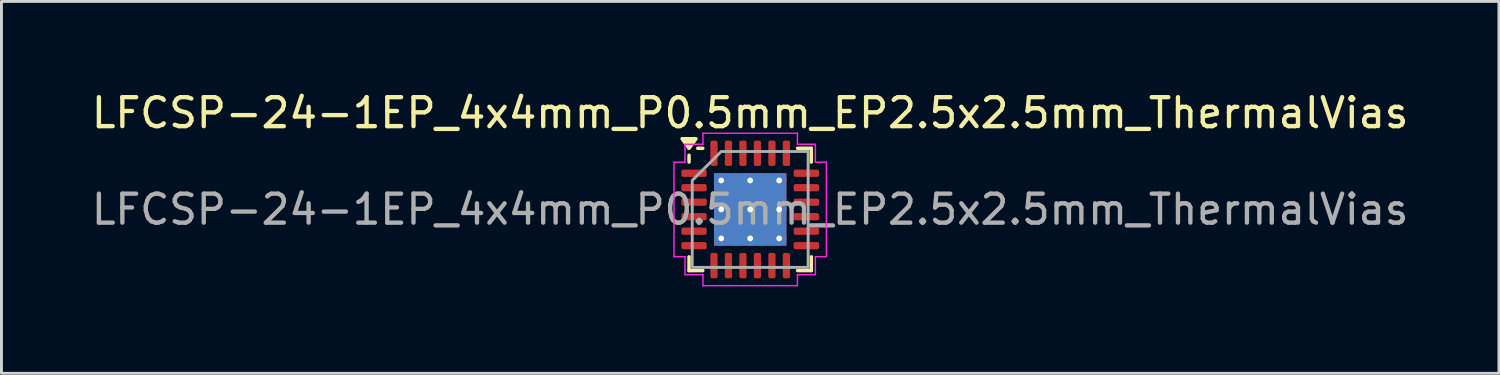
<source format=kicad_pcb>
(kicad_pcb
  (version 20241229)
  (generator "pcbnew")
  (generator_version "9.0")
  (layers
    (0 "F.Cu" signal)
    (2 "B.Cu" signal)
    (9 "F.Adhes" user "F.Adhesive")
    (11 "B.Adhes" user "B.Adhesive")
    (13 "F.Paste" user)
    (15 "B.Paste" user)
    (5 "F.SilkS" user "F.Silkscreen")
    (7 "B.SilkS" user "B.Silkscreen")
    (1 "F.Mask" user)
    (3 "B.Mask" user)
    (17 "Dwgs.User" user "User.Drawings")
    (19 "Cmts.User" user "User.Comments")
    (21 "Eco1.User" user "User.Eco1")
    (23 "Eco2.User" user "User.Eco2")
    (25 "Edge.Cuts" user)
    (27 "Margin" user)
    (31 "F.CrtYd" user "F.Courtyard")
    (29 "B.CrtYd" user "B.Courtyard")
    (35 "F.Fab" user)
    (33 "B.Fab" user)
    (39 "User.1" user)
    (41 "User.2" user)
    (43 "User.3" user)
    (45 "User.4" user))
  (footprint "LFCSP-24-1EP_4x4mm_P0.5mm_EP2.5x2.5mm_ThermalVias"
    (layer "F.Cu")
    (at 22.839 4.178)
    (property "Reference" "LFCSP-24-1EP_4x4mm_P0.5mm_EP2.5x2.5mm_ThermalVias" (at 0 -3.33 0) (layer "F.SilkS") (effects (font (size 1 1) (thickness 0.15))))
    (attr smd)
    (fp_line (start -2.11 -1.635) (end -2.11 -1.87) (stroke (width 0.12) (type solid)) (layer "F.SilkS"))
    (fp_line (start -2.11 2.11) (end -2.11 1.635) (stroke (width 0.12) (type solid)) (layer "F.SilkS"))
    (fp_line (start -1.635 -2.11) (end -1.81 -2.11) (stroke (width 0.12) (type solid)) (layer "F.SilkS"))
    (fp_line (start -1.635 2.11) (end -2.11 2.11) (stroke (width 0.12) (type solid)) (layer "F.SilkS"))
    (fp_line (start 1.635 -2.11) (end 2.11 -2.11) (stroke (width 0.12) (type solid)) (layer "F.SilkS"))
    (fp_line (start 1.635 2.11) (end 2.11 2.11) (stroke (width 0.12) (type solid)) (layer "F.SilkS"))
    (fp_line (start 2.11 -2.11) (end 2.11 -1.635) (stroke (width 0.12) (type solid)) (layer "F.SilkS"))
    (fp_line (start 2.11 2.11) (end 2.11 1.635) (stroke (width 0.12) (type solid)) (layer "F.SilkS"))
    (fp_poly (pts (xy -2.11 -2.11) (xy -2.35 -2.44) (xy -1.87 -2.44)) (stroke (width 0.12) (type solid)) (fill yes) (layer "F.SilkS"))
    (fp_line (start -2.63 -1.63) (end -2.25 -1.63) (stroke (width 0.05) (type solid)) (layer "F.CrtYd"))
    (fp_line (start -2.63 1.63) (end -2.63 -1.63) (stroke (width 0.05) (type solid)) (layer "F.CrtYd"))
    (fp_line (start -2.25 -2.25) (end -1.63 -2.25) (stroke (width 0.05) (type solid)) (layer "F.CrtYd"))
    (fp_line (start -2.25 -1.63) (end -2.25 -2.25) (stroke (width 0.05) (type solid)) (layer "F.CrtYd"))
    (fp_line (start -2.25 1.63) (end -2.63 1.63) (stroke (width 0.05) (type solid)) (layer "F.CrtYd"))
    (fp_line (start -2.25 2.25) (end -2.25 1.63) (stroke (width 0.05) (type solid)) (layer "F.CrtYd"))
    (fp_line (start -1.63 -2.63) (end 1.63 -2.63) (stroke (width 0.05) (type solid)) (layer "F.CrtYd"))
    (fp_line (start -1.63 -2.25) (end -1.63 -2.63) (stroke (width 0.05) (type solid)) (layer "F.CrtYd"))
    (fp_line (start -1.63 2.25) (end -2.25 2.25) (stroke (width 0.05) (type solid)) (layer "F.CrtYd"))
    (fp_line (start -1.63 2.63) (end -1.63 2.25) (stroke (width 0.05) (type solid)) (layer "F.CrtYd"))
    (fp_line (start 1.63 -2.63) (end 1.63 -2.25) (stroke (width 0.05) (type solid)) (layer "F.CrtYd"))
    (fp_line (start 1.63 -2.25) (end 2.25 -2.25) (stroke (width 0.05) (type solid)) (layer "F.CrtYd"))
    (fp_line (start 1.63 2.25) (end 1.63 2.63) (stroke (width 0.05) (type solid)) (layer "F.CrtYd"))
    (fp_line (start 1.63 2.63) (end -1.63 2.63) (stroke (width 0.05) (type solid)) (layer "F.CrtYd"))
    (fp_line (start 2.25 -2.25) (end 2.25 -1.63) (stroke (width 0.05) (type solid)) (layer "F.CrtYd"))
    (fp_line (start 2.25 -1.63) (end 2.63 -1.63) (stroke (width 0.05) (type solid)) (layer "F.CrtYd"))
    (fp_line (start 2.25 1.63) (end 2.25 2.25) (stroke (width 0.05) (type solid)) (layer "F.CrtYd"))
    (fp_line (start 2.25 2.25) (end 1.63 2.25) (stroke (width 0.05) (type solid)) (layer "F.CrtYd"))
    (fp_line (start 2.63 -1.63) (end 2.63 1.63) (stroke (width 0.05) (type solid)) (layer "F.CrtYd"))
    (fp_line (start 2.63 1.63) (end 2.25 1.63) (stroke (width 0.05) (type solid)) (layer "F.CrtYd"))
    (fp_poly (pts (xy -2 -1) (xy -2 2) (xy 2 2) (xy 2 -2) (xy -1 -2)) (stroke (width 0.1) (type solid)) (fill no) (layer "F.Fab"))
    (fp_text user "${REFERENCE}" (at 0 0 0) (layer "F.Fab") (effects (font (size 1 1) (thickness 0.15))))
    (pad "" smd roundrect (at -0.625 -0.625) (size 1.08 1.08) (layers "F.Paste") (roundrect_rratio 0.231))
    (pad "" smd roundrect (at -0.625 0.625) (size 1.08 1.08) (layers "F.Paste") (roundrect_rratio 0.231))
    (pad "" smd roundrect (at 0.625 -0.625) (size 1.08 1.08) (layers "F.Paste") (roundrect_rratio 0.231))
    (pad "" smd roundrect (at 0.625 0.625) (size 1.08 1.08) (layers "F.Paste") (roundrect_rratio 0.231))
    (pad "1" smd roundrect (at -1.938 -1.25) (size 0.875 0.25) (layers "F.Cu" "F.Mask" "F.Paste") (roundrect_rratio 0.25))
    (pad "2" smd roundrect (at -1.938 -0.75) (size 0.875 0.25) (layers "F.Cu" "F.Mask" "F.Paste") (roundrect_rratio 0.25))
    (pad "3" smd roundrect (at -1.938 -0.25) (size 0.875 0.25) (layers "F.Cu" "F.Mask" "F.Paste") (roundrect_rratio 0.25))
    (pad "4" smd roundrect (at -1.938 0.25) (size 0.875 0.25) (layers "F.Cu" "F.Mask" "F.Paste") (roundrect_rratio 0.25))
    (pad "5" smd roundrect (at -1.938 0.75) (size 0.875 0.25) (layers "F.Cu" "F.Mask" "F.Paste") (roundrect_rratio 0.25))
    (pad "6" smd roundrect (at -1.938 1.25) (size 0.875 0.25) (layers "F.Cu" "F.Mask" "F.Paste") (roundrect_rratio 0.25))
    (pad "7" smd roundrect (at -1.25 1.938) (size 0.25 0.875) (layers "F.Cu" "F.Mask" "F.Paste") (roundrect_rratio 0.25))
    (pad "8" smd roundrect (at -0.75 1.938) (size 0.25 0.875) (layers "F.Cu" "F.Mask" "F.Paste") (roundrect_rratio 0.25))
    (pad "9" smd roundrect (at -0.25 1.938) (size 0.25 0.875) (layers "F.Cu" "F.Mask" "F.Paste") (roundrect_rratio 0.25))
    (pad "10" smd roundrect (at 0.25 1.938) (size 0.25 0.875) (layers "F.Cu" "F.Mask" "F.Paste") (roundrect_rratio 0.25))
    (pad "11" smd roundrect (at 0.75 1.938) (size 0.25 0.875) (layers "F.Cu" "F.Mask" "F.Paste") (roundrect_rratio 0.25))
    (pad "12" smd roundrect (at 1.25 1.938) (size 0.25 0.875) (layers "F.Cu" "F.Mask" "F.Paste") (roundrect_rratio 0.25))
    (pad "13" smd roundrect (at 1.938 1.25) (size 0.875 0.25) (layers "F.Cu" "F.Mask" "F.Paste") (roundrect_rratio 0.25))
    (pad "14" smd roundrect (at 1.938 0.75) (size 0.875 0.25) (layers "F.Cu" "F.Mask" "F.Paste") (roundrect_rratio 0.25))
    (pad "15" smd roundrect (at 1.938 0.25) (size 0.875 0.25) (layers "F.Cu" "F.Mask" "F.Paste") (roundrect_rratio 0.25))
    (pad "16" smd roundrect (at 1.938 -0.25) (size 0.875 0.25) (layers "F.Cu" "F.Mask" "F.Paste") (roundrect_rratio 0.25))
    (pad "17" smd roundrect (at 1.938 -0.75) (size 0.875 0.25) (layers "F.Cu" "F.Mask" "F.Paste") (roundrect_rratio 0.25))
    (pad "18" smd roundrect (at 1.938 -1.25) (size 0.875 0.25) (layers "F.Cu" "F.Mask" "F.Paste") (roundrect_rratio 0.25))
    (pad "19" smd roundrect (at 1.25 -1.938) (size 0.25 0.875) (layers "F.Cu" "F.Mask" "F.Paste") (roundrect_rratio 0.25))
    (pad "20" smd roundrect (at 0.75 -1.938) (size 0.25 0.875) (layers "F.Cu" "F.Mask" "F.Paste") (roundrect_rratio 0.25))
    (pad "21" smd roundrect (at 0.25 -1.938) (size 0.25 0.875) (layers "F.Cu" "F.Mask" "F.Paste") (roundrect_rratio 0.25))
    (pad "22" smd roundrect (at -0.25 -1.938) (size 0.25 0.875) (layers "F.Cu" "F.Mask" "F.Paste") (roundrect_rratio 0.25))
    (pad "23" smd roundrect (at -0.75 -1.938) (size 0.25 0.875) (layers "F.Cu" "F.Mask" "F.Paste") (roundrect_rratio 0.25))
    (pad "24" smd roundrect (at -1.25 -1.938) (size 0.25 0.875) (layers "F.Cu" "F.Mask" "F.Paste") (roundrect_rratio 0.25))
    (pad "25" thru_hole circle (at -1 -1) (size 0.5 0.5) (drill 0.2) (property pad_prop_heatsink) (layers "*.Cu"))
    (pad "25" thru_hole circle (at -1 0) (size 0.5 0.5) (drill 0.2) (property pad_prop_heatsink) (layers "*.Cu"))
    (pad "25" thru_hole circle (at -1 1) (size 0.5 0.5) (drill 0.2) (property pad_prop_heatsink) (layers "*.Cu"))
    (pad "25" thru_hole circle (at 0 -1) (size 0.5 0.5) (drill 0.2) (property pad_prop_heatsink) (layers "*.Cu"))
    (pad "25" thru_hole circle (at 0 0) (size 0.5 0.5) (drill 0.2) (property pad_prop_heatsink) (layers "*.Cu"))
    (pad "25" smd rect (at 0 0) (size 2.5 2.5) (property pad_prop_heatsink) (layers "F.Cu" "F.Mask"))
    (pad "25" smd rect (at 0 0) (size 2.5 2.5) (property pad_prop_heatsink) (layers "B.Cu"))
    (pad "25" thru_hole circle (at 0 1) (size 0.5 0.5) (drill 0.2) (property pad_prop_heatsink) (layers "*.Cu"))
    (pad "25" thru_hole circle (at 1 -1) (size 0.5 0.5) (drill 0.2) (property pad_prop_heatsink) (layers "*.Cu"))
    (pad "25" thru_hole circle (at 1 0) (size 0.5 0.5) (drill 0.2) (property pad_prop_heatsink) (layers "*.Cu"))
    (pad "25" thru_hole circle (at 1 1) (size 0.5 0.5) (drill 0.2) (property pad_prop_heatsink) (layers "*.Cu")))
  (gr_rect
    (start -3 -3)
    (end 48.679 9.833)
    (stroke (width 0.1) (type default))
    (fill no)
    (layer "Edge.Cuts")))
</source>
